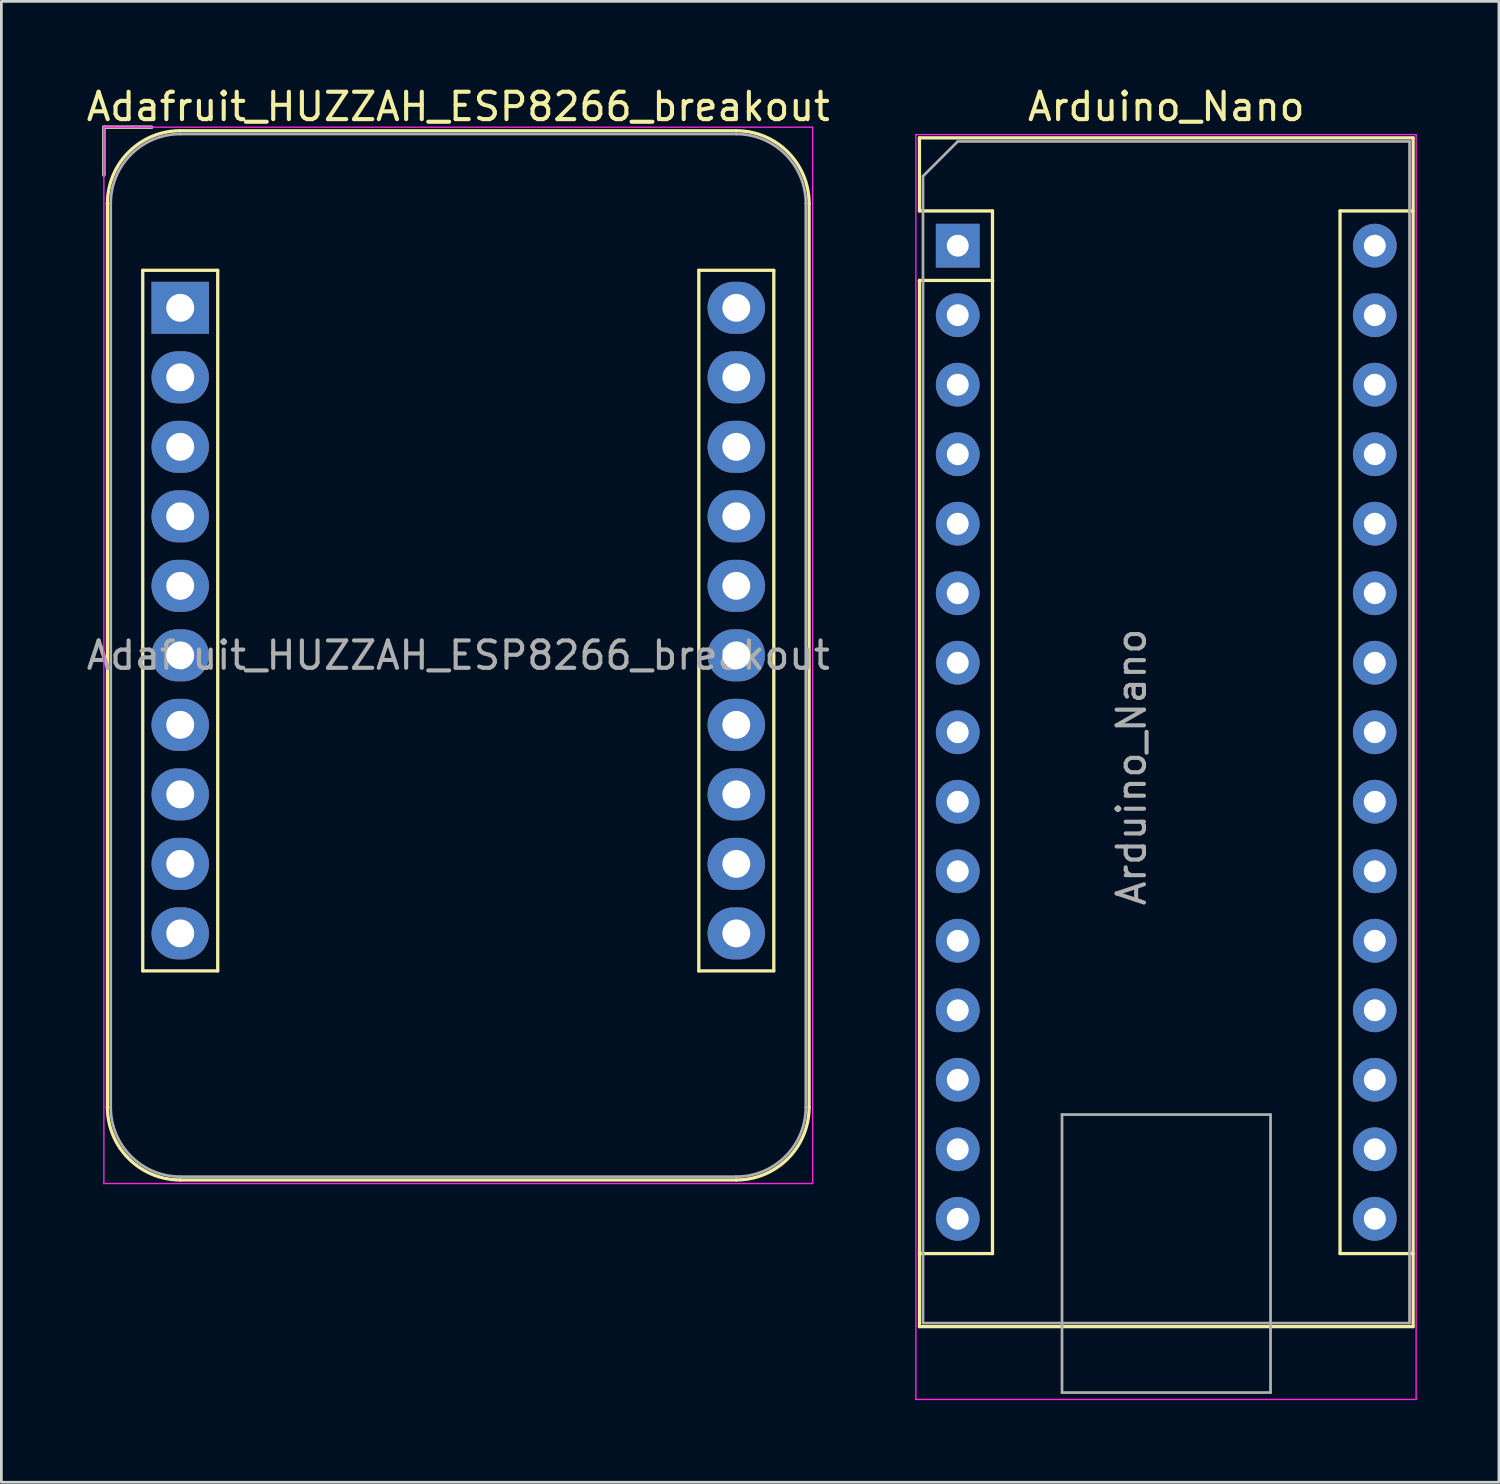
<source format=kicad_pcb>
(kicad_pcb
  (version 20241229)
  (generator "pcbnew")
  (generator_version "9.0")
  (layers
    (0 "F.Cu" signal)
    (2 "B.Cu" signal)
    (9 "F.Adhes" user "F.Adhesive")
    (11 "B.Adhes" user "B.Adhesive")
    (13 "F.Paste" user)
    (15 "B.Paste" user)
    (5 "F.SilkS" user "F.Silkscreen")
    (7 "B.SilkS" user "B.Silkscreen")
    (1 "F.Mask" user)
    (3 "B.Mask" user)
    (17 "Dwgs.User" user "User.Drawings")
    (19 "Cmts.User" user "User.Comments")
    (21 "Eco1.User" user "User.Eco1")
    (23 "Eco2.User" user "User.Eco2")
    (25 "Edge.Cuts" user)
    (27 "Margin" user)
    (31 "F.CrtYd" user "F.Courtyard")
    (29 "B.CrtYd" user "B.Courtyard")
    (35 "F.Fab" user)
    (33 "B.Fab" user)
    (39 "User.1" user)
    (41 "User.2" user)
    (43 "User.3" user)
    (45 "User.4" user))
  (footprint "Adafruit_HUZZAH_ESP8266_breakout"
    (layer "F.Cu")
    (at 3.536 8.198)
    (property "Reference" "Adafruit_HUZZAH_ESP8266_breakout" (at 10.16 -7.35 0) (layer "F.SilkS") (effects (font (size 1 1) (thickness 0.15))))
    (attr through_hole)
    (fp_line (start -2.79 -6.6) (end -1.04 -6.6) (stroke (width 0.12) (type solid)) (layer "F.SilkS"))
    (fp_line (start -2.79 -4.85) (end -2.79 -6.6) (stroke (width 0.12) (type solid)) (layer "F.SilkS"))
    (fp_line (start -2.66 -3.81) (end -2.66 29.21) (stroke (width 0.12) (type solid)) (layer "F.SilkS"))
    (fp_line (start -1.37 -1.37) (end -1.37 24.23) (stroke (width 0.12) (type solid)) (layer "F.SilkS"))
    (fp_line (start -1.37 24.23) (end 1.37 24.23) (stroke (width 0.12) (type solid)) (layer "F.SilkS"))
    (fp_line (start 0 -6.47) (end 20.32 -6.47) (stroke (width 0.12) (type solid)) (layer "F.SilkS"))
    (fp_line (start 0 31.87) (end 20.32 31.87) (stroke (width 0.12) (type solid)) (layer "F.SilkS"))
    (fp_line (start 1.37 -1.37) (end -1.37 -1.37) (stroke (width 0.12) (type solid)) (layer "F.SilkS"))
    (fp_line (start 1.37 24.23) (end 1.37 -1.37) (stroke (width 0.12) (type solid)) (layer "F.SilkS"))
    (fp_line (start 18.95 -1.37) (end 18.95 24.23) (stroke (width 0.12) (type solid)) (layer "F.SilkS"))
    (fp_line (start 18.95 24.23) (end 21.69 24.23) (stroke (width 0.12) (type solid)) (layer "F.SilkS"))
    (fp_line (start 21.69 -1.37) (end 18.95 -1.37) (stroke (width 0.12) (type solid)) (layer "F.SilkS"))
    (fp_line (start 21.69 24.23) (end 21.69 -1.37) (stroke (width 0.12) (type solid)) (layer "F.SilkS"))
    (fp_line (start 22.98 -3.81) (end 22.98 29.21) (stroke (width 0.12) (type solid)) (layer "F.SilkS"))
    (fp_arc (start -2.66 -3.81) (mid -1.880904 -5.690904) (end 0 -6.47) (stroke (width 0.12) (type solid)) (layer "F.SilkS"))
    (fp_arc (start 0 31.87) (mid -1.880904 31.090904) (end -2.66 29.21) (stroke (width 0.12) (type solid)) (layer "F.SilkS"))
    (fp_arc (start 20.32 -6.47) (mid 22.200904 -5.690904) (end 22.98 -3.81) (stroke (width 0.12) (type solid)) (layer "F.SilkS"))
    (fp_arc (start 22.98 29.21) (mid 22.200904 31.090904) (end 20.32 31.87) (stroke (width 0.12) (type solid)) (layer "F.SilkS"))
    (fp_line (start -2.79 -6.6) (end -2.79 32) (stroke (width 0.05) (type solid)) (layer "F.CrtYd"))
    (fp_line (start -2.79 32) (end 23.11 32) (stroke (width 0.05) (type solid)) (layer "F.CrtYd"))
    (fp_line (start 23.11 -6.6) (end -2.79 -6.6) (stroke (width 0.05) (type solid)) (layer "F.CrtYd"))
    (fp_line (start 23.11 32) (end 23.11 -6.6) (stroke (width 0.05) (type solid)) (layer "F.CrtYd"))
    (fp_line (start -2.79 -6.6) (end -1.04 -6.6) (stroke (width 0.1) (type solid)) (layer "F.Fab"))
    (fp_line (start -2.79 -4.85) (end -2.79 -6.6) (stroke (width 0.1) (type solid)) (layer "F.Fab"))
    (fp_line (start -2.54 -3.81) (end -2.54 29.21) (stroke (width 0.1) (type solid)) (layer "F.Fab"))
    (fp_line (start 0 -6.35) (end 20.32 -6.35) (stroke (width 0.1) (type solid)) (layer "F.Fab"))
    (fp_line (start 0 31.75) (end 20.32 31.75) (stroke (width 0.1) (type solid)) (layer "F.Fab"))
    (fp_line (start 22.86 -3.81) (end 22.86 29.21) (stroke (width 0.1) (type solid)) (layer "F.Fab"))
    (fp_arc (start -2.54 -3.81) (mid -1.796051 -5.606051) (end 0 -6.35) (stroke (width 0.1) (type solid)) (layer "F.Fab"))
    (fp_arc (start 0 31.75) (mid -1.796051 31.006051) (end -2.54 29.21) (stroke (width 0.1) (type solid)) (layer "F.Fab"))
    (fp_arc (start 20.32 -6.35) (mid 22.116051 -5.606051) (end 22.86 -3.81) (stroke (width 0.1) (type solid)) (layer "F.Fab"))
    (fp_arc (start 22.86 29.21) (mid 22.116051 31.006051) (end 20.32 31.75) (stroke (width 0.1) (type solid)) (layer "F.Fab"))
    (fp_text user "${REFERENCE}" (at 10.16 12.7 0) (layer "F.Fab") (effects (font (size 1 1) (thickness 0.15))))
    (pad "1" thru_hole rect (at 0 0) (size 2.1 1.9) (drill 1.02) (layers "*.Cu" "*.Mask"))
    (pad "2" thru_hole oval (at 0 2.54) (size 2.1 1.9) (drill 1.02) (layers "*.Cu" "*.Mask"))
    (pad "3" thru_hole oval (at 0 5.08) (size 2.1 1.9) (drill 1.02) (layers "*.Cu" "*.Mask"))
    (pad "4" thru_hole oval (at 0 7.62) (size 2.1 1.9) (drill 1.02) (layers "*.Cu" "*.Mask"))
    (pad "5" thru_hole oval (at 0 10.16) (size 2.1 1.9) (drill 1.02) (layers "*.Cu" "*.Mask"))
    (pad "6" thru_hole oval (at 0 12.7) (size 2.1 1.9) (drill 1.02) (layers "*.Cu" "*.Mask"))
    (pad "7" thru_hole oval (at 0 15.24) (size 2.1 1.9) (drill 1.02) (layers "*.Cu" "*.Mask"))
    (pad "8" thru_hole oval (at 0 17.78) (size 2.1 1.9) (drill 1.02) (layers "*.Cu" "*.Mask"))
    (pad "9" thru_hole oval (at 0 20.32) (size 2.1 1.9) (drill 1.02) (layers "*.Cu" "*.Mask"))
    (pad "10" thru_hole oval (at 0 22.86) (size 2.1 1.9) (drill 1.02) (layers "*.Cu" "*.Mask"))
    (pad "11" thru_hole oval (at 20.32 22.86) (size 2.1 1.9) (drill 1.02) (layers "*.Cu" "*.Mask"))
    (pad "12" thru_hole oval (at 20.32 20.32) (size 2.1 1.9) (drill 1.02) (layers "*.Cu" "*.Mask"))
    (pad "13" thru_hole oval (at 20.32 17.78) (size 2.1 1.9) (drill 1.02) (layers "*.Cu" "*.Mask"))
    (pad "14" thru_hole oval (at 20.32 15.24) (size 2.1 1.9) (drill 1.02) (layers "*.Cu" "*.Mask"))
    (pad "15" thru_hole oval (at 20.32 12.7) (size 2.1 1.9) (drill 1.02) (layers "*.Cu" "*.Mask"))
    (pad "16" thru_hole oval (at 20.32 10.16) (size 2.1 1.9) (drill 1.02) (layers "*.Cu" "*.Mask"))
    (pad "17" thru_hole oval (at 20.32 7.62) (size 2.1 1.9) (drill 1.02) (layers "*.Cu" "*.Mask"))
    (pad "18" thru_hole oval (at 20.32 5.08) (size 2.1 1.9) (drill 1.02) (layers "*.Cu" "*.Mask"))
    (pad "19" thru_hole oval (at 20.32 2.54) (size 2.1 1.9) (drill 1.02) (layers "*.Cu" "*.Mask"))
    (pad "20" thru_hole oval (at 20.32 0) (size 2.1 1.9) (drill 1.02) (layers "*.Cu" "*.Mask")))
  (footprint "Arduino_Nano"
    (layer "F.Cu")
    (at 31.948 5.928)
    (property "Reference" "Arduino_Nano" (at 7.62 -5.08 0) (layer "F.SilkS") (effects (font (size 1 1) (thickness 0.15))))
    (attr through_hole)
    (fp_line (start -1.4 -3.94) (end -1.4 -1.27) (stroke (width 0.12) (type solid)) (layer "F.SilkS"))
    (fp_line (start -1.4 1.27) (end -1.4 39.5) (stroke (width 0.12) (type solid)) (layer "F.SilkS"))
    (fp_line (start -1.4 39.5) (end 16.64 39.5) (stroke (width 0.12) (type solid)) (layer "F.SilkS"))
    (fp_line (start 1.27 -1.27) (end -1.4 -1.27) (stroke (width 0.12) (type solid)) (layer "F.SilkS"))
    (fp_line (start 1.27 1.27) (end -1.4 1.27) (stroke (width 0.12) (type solid)) (layer "F.SilkS"))
    (fp_line (start 1.27 1.27) (end 1.27 -1.27) (stroke (width 0.12) (type solid)) (layer "F.SilkS"))
    (fp_line (start 1.27 1.27) (end 1.27 36.83) (stroke (width 0.12) (type solid)) (layer "F.SilkS"))
    (fp_line (start 1.27 36.83) (end -1.4 36.83) (stroke (width 0.12) (type solid)) (layer "F.SilkS"))
    (fp_line (start 13.97 -1.27) (end 13.97 36.83) (stroke (width 0.12) (type solid)) (layer "F.SilkS"))
    (fp_line (start 13.97 -1.27) (end 16.64 -1.27) (stroke (width 0.12) (type solid)) (layer "F.SilkS"))
    (fp_line (start 13.97 36.83) (end 16.64 36.83) (stroke (width 0.12) (type solid)) (layer "F.SilkS"))
    (fp_line (start 16.64 -3.94) (end -1.4 -3.94) (stroke (width 0.12) (type solid)) (layer "F.SilkS"))
    (fp_line (start 16.64 39.5) (end 16.64 -3.94) (stroke (width 0.12) (type solid)) (layer "F.SilkS"))
    (fp_line (start -1.53 -4.06) (end -1.53 42.16) (stroke (width 0.05) (type solid)) (layer "F.CrtYd"))
    (fp_line (start -1.53 -4.06) (end 16.75 -4.06) (stroke (width 0.05) (type solid)) (layer "F.CrtYd"))
    (fp_line (start 16.75 42.16) (end -1.53 42.16) (stroke (width 0.05) (type solid)) (layer "F.CrtYd"))
    (fp_line (start 16.75 42.16) (end 16.75 -4.06) (stroke (width 0.05) (type solid)) (layer "F.CrtYd"))
    (fp_line (start -1.27 -2.54) (end 0 -3.81) (stroke (width 0.1) (type solid)) (layer "F.Fab"))
    (fp_line (start -1.27 39.37) (end -1.27 -2.54) (stroke (width 0.1) (type solid)) (layer "F.Fab"))
    (fp_line (start 0 -3.81) (end 16.51 -3.81) (stroke (width 0.1) (type solid)) (layer "F.Fab"))
    (fp_line (start 3.81 31.75) (end 11.43 31.75) (stroke (width 0.1) (type solid)) (layer "F.Fab"))
    (fp_line (start 3.81 41.91) (end 3.81 31.75) (stroke (width 0.1) (type solid)) (layer "F.Fab"))
    (fp_line (start 11.43 31.75) (end 11.43 41.91) (stroke (width 0.1) (type solid)) (layer "F.Fab"))
    (fp_line (start 11.43 41.91) (end 3.81 41.91) (stroke (width 0.1) (type solid)) (layer "F.Fab"))
    (fp_line (start 16.51 -3.81) (end 16.51 39.37) (stroke (width 0.1) (type solid)) (layer "F.Fab"))
    (fp_line (start 16.51 39.37) (end -1.27 39.37) (stroke (width 0.1) (type solid)) (layer "F.Fab"))
    (fp_text user "${REFERENCE}" (at 6.35 19.05 90) (layer "F.Fab") (effects (font (size 1 1) (thickness 0.15))))
    (pad "1" thru_hole rect (at 0 0) (size 1.6 1.6) (drill 0.8) (layers "*.Cu" "*.Mask"))
    (pad "2" thru_hole oval (at 0 2.54) (size 1.6 1.6) (drill 0.8) (layers "*.Cu" "*.Mask"))
    (pad "3" thru_hole oval (at 0 5.08) (size 1.6 1.6) (drill 0.8) (layers "*.Cu" "*.Mask"))
    (pad "4" thru_hole oval (at 0 7.62) (size 1.6 1.6) (drill 0.8) (layers "*.Cu" "*.Mask"))
    (pad "5" thru_hole oval (at 0 10.16) (size 1.6 1.6) (drill 0.8) (layers "*.Cu" "*.Mask"))
    (pad "6" thru_hole oval (at 0 12.7) (size 1.6 1.6) (drill 0.8) (layers "*.Cu" "*.Mask"))
    (pad "7" thru_hole oval (at 0 15.24) (size 1.6 1.6) (drill 0.8) (layers "*.Cu" "*.Mask"))
    (pad "8" thru_hole oval (at 0 17.78) (size 1.6 1.6) (drill 0.8) (layers "*.Cu" "*.Mask"))
    (pad "9" thru_hole oval (at 0 20.32) (size 1.6 1.6) (drill 0.8) (layers "*.Cu" "*.Mask"))
    (pad "10" thru_hole oval (at 0 22.86) (size 1.6 1.6) (drill 0.8) (layers "*.Cu" "*.Mask"))
    (pad "11" thru_hole oval (at 0 25.4) (size 1.6 1.6) (drill 0.8) (layers "*.Cu" "*.Mask"))
    (pad "12" thru_hole oval (at 0 27.94) (size 1.6 1.6) (drill 0.8) (layers "*.Cu" "*.Mask"))
    (pad "13" thru_hole oval (at 0 30.48) (size 1.6 1.6) (drill 0.8) (layers "*.Cu" "*.Mask"))
    (pad "14" thru_hole oval (at 0 33.02) (size 1.6 1.6) (drill 0.8) (layers "*.Cu" "*.Mask"))
    (pad "15" thru_hole oval (at 0 35.56) (size 1.6 1.6) (drill 0.8) (layers "*.Cu" "*.Mask"))
    (pad "16" thru_hole oval (at 15.24 35.56) (size 1.6 1.6) (drill 0.8) (layers "*.Cu" "*.Mask"))
    (pad "17" thru_hole oval (at 15.24 33.02) (size 1.6 1.6) (drill 0.8) (layers "*.Cu" "*.Mask"))
    (pad "18" thru_hole oval (at 15.24 30.48) (size 1.6 1.6) (drill 0.8) (layers "*.Cu" "*.Mask"))
    (pad "19" thru_hole oval (at 15.24 27.94) (size 1.6 1.6) (drill 0.8) (layers "*.Cu" "*.Mask"))
    (pad "20" thru_hole oval (at 15.24 25.4) (size 1.6 1.6) (drill 0.8) (layers "*.Cu" "*.Mask"))
    (pad "21" thru_hole oval (at 15.24 22.86) (size 1.6 1.6) (drill 0.8) (layers "*.Cu" "*.Mask"))
    (pad "22" thru_hole oval (at 15.24 20.32) (size 1.6 1.6) (drill 0.8) (layers "*.Cu" "*.Mask"))
    (pad "23" thru_hole oval (at 15.24 17.78) (size 1.6 1.6) (drill 0.8) (layers "*.Cu" "*.Mask"))
    (pad "24" thru_hole oval (at 15.24 15.24) (size 1.6 1.6) (drill 0.8) (layers "*.Cu" "*.Mask"))
    (pad "25" thru_hole oval (at 15.24 12.7) (size 1.6 1.6) (drill 0.8) (layers "*.Cu" "*.Mask"))
    (pad "26" thru_hole oval (at 15.24 10.16) (size 1.6 1.6) (drill 0.8) (layers "*.Cu" "*.Mask"))
    (pad "27" thru_hole oval (at 15.24 7.62) (size 1.6 1.6) (drill 0.8) (layers "*.Cu" "*.Mask"))
    (pad "28" thru_hole oval (at 15.24 5.08) (size 1.6 1.6) (drill 0.8) (layers "*.Cu" "*.Mask"))
    (pad "29" thru_hole oval (at 15.24 2.54) (size 1.6 1.6) (drill 0.8) (layers "*.Cu" "*.Mask"))
    (pad "30" thru_hole oval (at 15.24 0) (size 1.6 1.6) (drill 0.8) (layers "*.Cu" "*.Mask")))
  (gr_rect
    (start -3 -3)
    (end 51.723 51.113)
    (stroke (width 0.1) (type default))
    (fill no)
    (layer "Edge.Cuts")))
</source>
